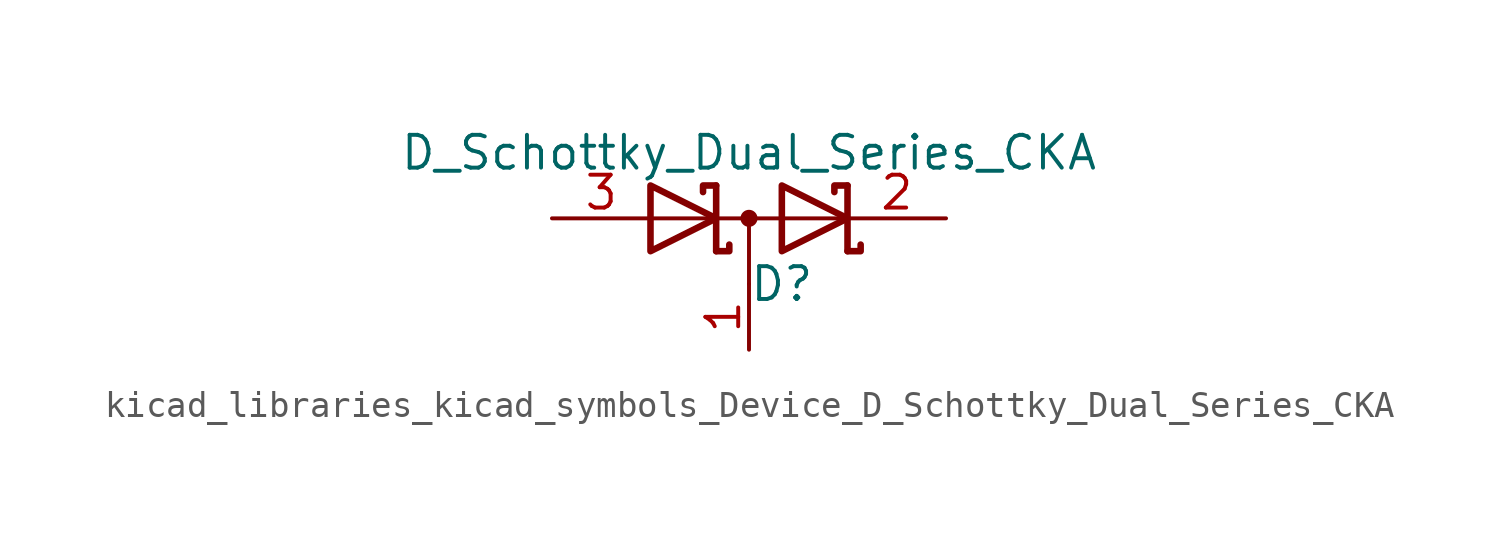
<source format=kicad_sym>
(kicad_symbol_lib
  (version 20220914)
  (generator kicad_symbol_editor)
  (symbol "kicad_libraries_kicad_symbols_Device_D_Schottky_Dual_Series_CKA"
    (pin_names
      (offset 0.762) hide)
    (property "Reference" "D"
      (at 1.27 -2.54 0)
      (effects (font (size 1.27 1.27))))
    (property "Value" "D_Schottky_Dual_Series_CKA"
      (at 0 2.54 0)
      (effects (font (size 1.27 1.27))))
    (symbol "kicad_libraries_kicad_symbols_Device_D_Schottky_Dual_Series_CKA_0_1"
      (polyline (pts (xy -3.81 0) (xy 3.81 0)) (stroke (width 0) (type default)) (fill (type none)))
      (polyline (pts (xy 0 0) (xy 0 -2.54)) (stroke (width 0) (type default)) (fill (type none)))
      (polyline (pts (xy -1.27 -1.27) (xy -1.27 1.27) (xy -1.27 1.27)) (stroke (width 0.254) (type default)) (fill (type none)))
      (polyline (pts (xy 3.81 1.27) (xy 3.81 -1.27) (xy 3.81 -1.27)) (stroke (width 0.254) (type default)) (fill (type none)))
      (polyline (pts (xy -1.27 -1.27) (xy -0.762 -1.27) (xy -0.762 -1.016) (xy -0.762 -1.016)) (stroke (width 0.254) (type default)) (fill (type none)))
      (polyline (pts (xy 3.81 -1.27) (xy 4.318 -1.27) (xy 4.318 -1.016) (xy 4.318 -1.016)) (stroke (width 0.254) (type default)) (fill (type none)))
      (polyline (pts (xy 3.81 1.27) (xy 3.302 1.27) (xy 3.302 1.016) (xy 3.302 1.016)) (stroke (width 0.254) (type default)) (fill (type none)))
      (polyline (pts (xy -1.778 1.016) (xy -1.778 1.27) (xy -1.27 1.27) (xy -1.27 1.27) (xy -1.27 1.27)) (stroke (width 0.254) (type default)) (fill (type none)))
      (polyline (pts (xy -3.81 1.27) (xy -1.27 0) (xy -3.81 -1.27) (xy -3.81 1.27) (xy -3.81 1.27) (xy -3.81 1.27)) (stroke (width 0.254) (type default)) (fill (type none)))
      (polyline (pts (xy 1.27 1.27) (xy 3.81 0) (xy 1.27 -1.27) (xy 1.27 1.27) (xy 1.27 1.27) (xy 1.27 1.27)) (stroke (width 0.254) (type default)) (fill (type none)))
      (circle (center 0 0) (radius 0.254) (stroke (width 0) (type default)) (fill (type outline)))
      (pin passive line (at 0 -5.08 90) (length 2.54) (name "common" (effects (font (size 1.27 1.27)))) (number "1" (effects (font (size 1.27 1.27)))))
      (pin passive line (at 7.62 0 180) (length 3.81) (name "K" (effects (font (size 1.27 1.27)))) (number "2" (effects (font (size 1.27 1.27)))))
      (pin passive line (at -7.62 0 0) (length 3.81) (name "A" (effects (font (size 1.27 1.27)))) (number "3" (effects (font (size 1.27 1.27))))))))
</source>
